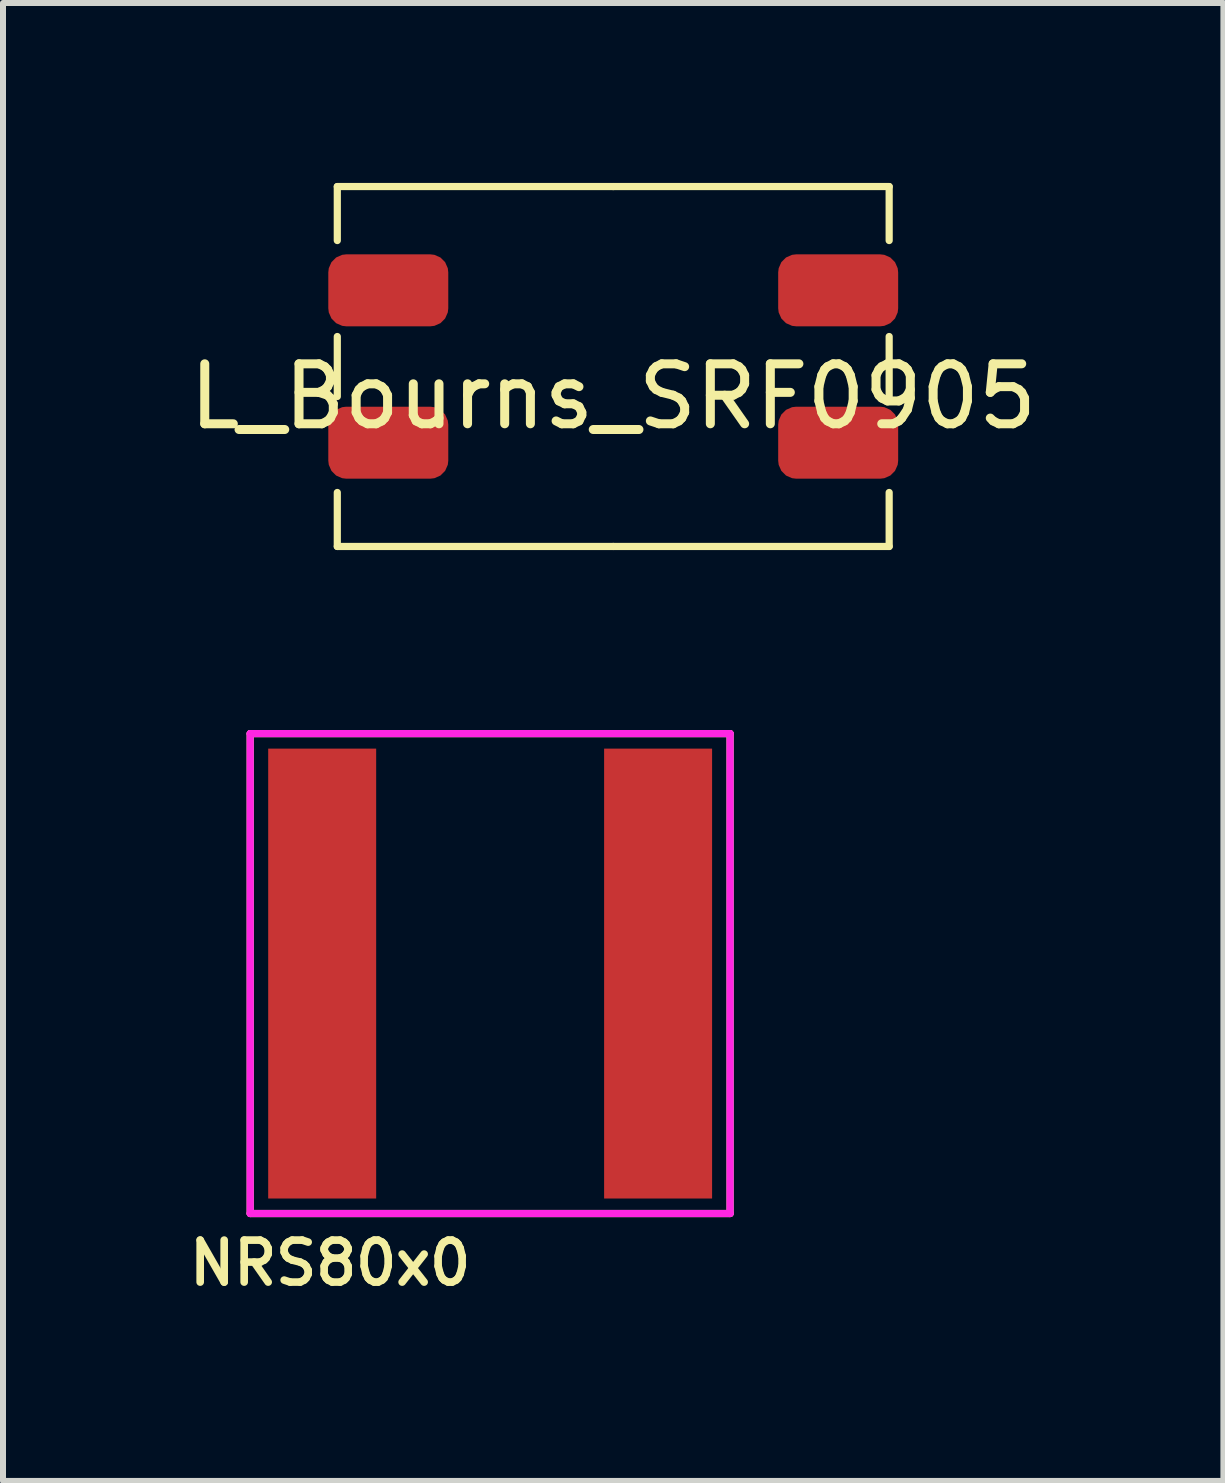
<source format=kicad_pcb>
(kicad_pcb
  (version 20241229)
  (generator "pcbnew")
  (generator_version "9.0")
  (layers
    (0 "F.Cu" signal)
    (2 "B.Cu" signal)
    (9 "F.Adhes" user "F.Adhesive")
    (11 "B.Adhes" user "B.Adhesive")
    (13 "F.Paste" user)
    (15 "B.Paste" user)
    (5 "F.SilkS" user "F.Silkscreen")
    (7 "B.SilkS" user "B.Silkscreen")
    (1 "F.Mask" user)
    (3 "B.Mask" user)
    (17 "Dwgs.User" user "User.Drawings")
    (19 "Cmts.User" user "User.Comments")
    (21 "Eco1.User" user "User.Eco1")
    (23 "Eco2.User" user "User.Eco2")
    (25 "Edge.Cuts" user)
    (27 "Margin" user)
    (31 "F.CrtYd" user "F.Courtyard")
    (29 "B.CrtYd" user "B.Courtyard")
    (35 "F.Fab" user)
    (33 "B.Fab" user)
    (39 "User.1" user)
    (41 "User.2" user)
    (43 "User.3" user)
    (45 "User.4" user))
  (footprint "NRS80x0"
    (layer "F.Cu")
    (at 5.121 13.18)
    (property "Reference" "NRS80x0" (at -2.667 4.826 0) (layer "F.SilkS") (effects (font (size 0.7 0.7) (thickness 0.127))))
    (attr through_hole)
    (fp_line (start -4 -4) (end 4 -4) (stroke (width 0.12) (type solid)) (layer "F.SilkS"))
    (fp_line (start -4 4) (end -4 -4) (stroke (width 0.12) (type solid)) (layer "F.SilkS"))
    (fp_line (start -4 4) (end 4 4) (stroke (width 0.12) (type solid)) (layer "F.SilkS"))
    (fp_line (start 4 -4) (end 4 4) (stroke (width 0.12) (type solid)) (layer "F.SilkS"))
    (fp_line (start -4 -4) (end 4 -4) (stroke (width 0.12) (type solid)) (layer "F.CrtYd"))
    (fp_line (start -4 4) (end -4 -4) (stroke (width 0.12) (type solid)) (layer "F.CrtYd"))
    (fp_line (start -4 4) (end 4 4) (stroke (width 0.12) (type solid)) (layer "F.CrtYd"))
    (fp_line (start 4 -4) (end 4 4) (stroke (width 0.12) (type solid)) (layer "F.CrtYd"))
    (pad "1" smd rect (at -2.8 0) (size 1.8 7.5) (layers "F.Cu" "F.Mask" "F.Paste"))
    (pad "2" smd rect (at 2.8 0) (size 1.8 7.5) (layers "F.Cu" "F.Mask" "F.Paste")))
  (footprint "L_Bourns_SRF0905"
    (layer "F.Cu")
    (at 7.173 3.06)
    (property "Reference" "L_Bourns_SRF0905" (at 0 0.5 0) (layer "F.SilkS") (effects (font (size 1 1) (thickness 0.15))))
    (attr through_hole)
    (fp_line (start -4.6 -3) (end -4.6 -2.1) (stroke (width 0.12) (type solid)) (layer "F.SilkS"))
    (fp_line (start -4.6 -0.5) (end -4.6 0.5) (stroke (width 0.12) (type solid)) (layer "F.SilkS"))
    (fp_line (start -4.6 3) (end -4.6 2.1) (stroke (width 0.12) (type solid)) (layer "F.SilkS"))
    (fp_line (start 0 -3) (end -4.6 -3) (stroke (width 0.12) (type solid)) (layer "F.SilkS"))
    (fp_line (start 0 -3) (end 4.6 -3) (stroke (width 0.12) (type solid)) (layer "F.SilkS"))
    (fp_line (start 0 3) (end -4.6 3) (stroke (width 0.12) (type solid)) (layer "F.SilkS"))
    (fp_line (start 0 3) (end 4.6 3) (stroke (width 0.12) (type solid)) (layer "F.SilkS"))
    (fp_line (start 4.6 -3) (end 4.6 -2.1) (stroke (width 0.12) (type solid)) (layer "F.SilkS"))
    (fp_line (start 4.6 0.5) (end 4.6 -0.5) (stroke (width 0.12) (type solid)) (layer "F.SilkS"))
    (fp_line (start 4.6 3) (end 4.6 2.1) (stroke (width 0.12) (type solid)) (layer "F.SilkS"))
    (pad "1" smd roundrect (at -3.75 -1.27) (size 2 1.2) (layers "F.Cu" "F.Mask" "F.Paste") (roundrect_rratio 0.25))
    (pad "2" smd roundrect (at -3.75 1.27) (size 2 1.2) (layers "F.Cu" "F.Mask" "F.Paste") (roundrect_rratio 0.25))
    (pad "3" smd roundrect (at 3.75 1.27 180) (size 2 1.2) (layers "F.Cu" "F.Mask" "F.Paste") (roundrect_rratio 0.25))
    (pad "4" smd roundrect (at 3.75 -1.27 180) (size 2 1.2) (layers "F.Cu" "F.Mask" "F.Paste") (roundrect_rratio 0.25)))
  (gr_rect
    (start -3 -3)
    (end 17.345 21.638)
    (stroke (width 0.1) (type default))
    (fill no)
    (layer "Edge.Cuts")))
</source>
